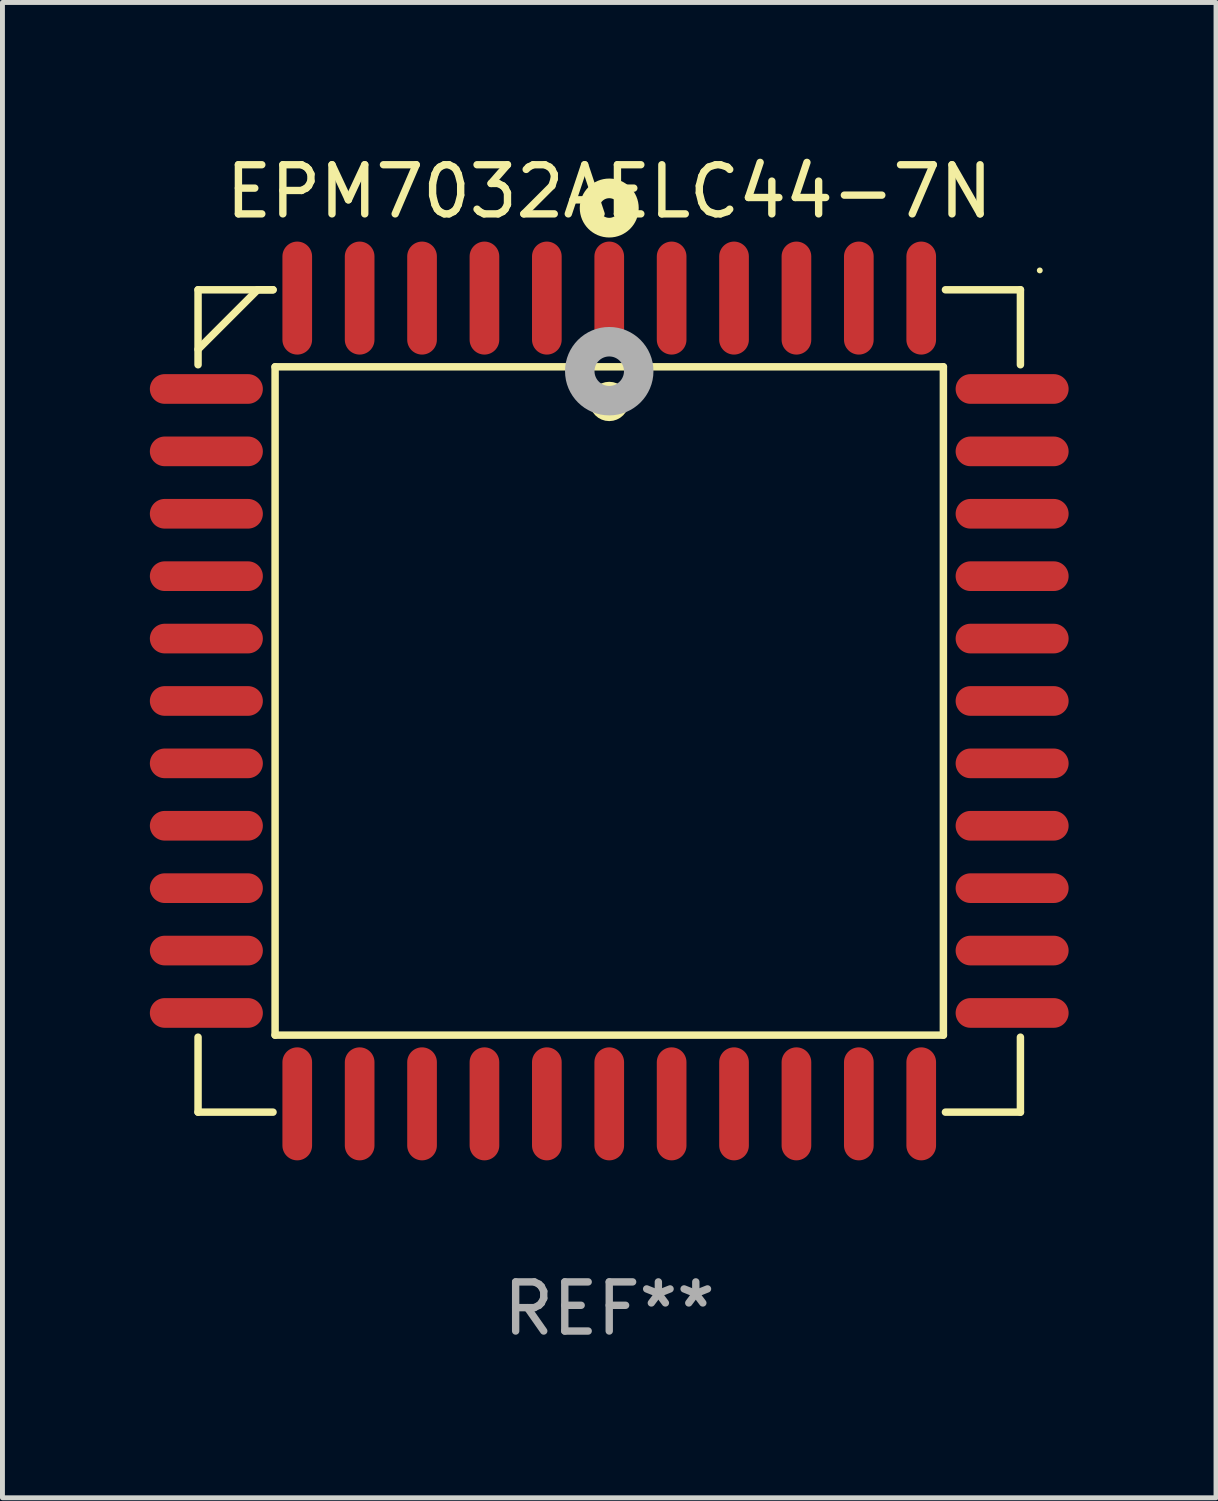
<source format=kicad_pcb>
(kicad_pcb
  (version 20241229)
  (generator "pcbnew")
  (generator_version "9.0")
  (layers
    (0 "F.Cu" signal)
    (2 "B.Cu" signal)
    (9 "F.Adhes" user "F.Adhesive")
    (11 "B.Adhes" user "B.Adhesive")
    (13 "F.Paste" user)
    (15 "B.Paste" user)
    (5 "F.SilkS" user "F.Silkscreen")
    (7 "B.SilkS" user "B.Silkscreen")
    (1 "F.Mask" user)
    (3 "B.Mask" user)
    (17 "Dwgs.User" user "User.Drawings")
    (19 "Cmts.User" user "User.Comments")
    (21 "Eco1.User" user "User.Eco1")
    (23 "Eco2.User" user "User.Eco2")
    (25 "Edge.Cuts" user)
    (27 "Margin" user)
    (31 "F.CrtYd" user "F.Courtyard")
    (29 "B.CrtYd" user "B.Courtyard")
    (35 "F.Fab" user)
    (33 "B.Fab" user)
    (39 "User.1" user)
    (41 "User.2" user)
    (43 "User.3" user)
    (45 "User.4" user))
  (footprint "EPM7032AELC44-7N"
    (layer "F.Cu")
    (at 9.35 11.217)
    (property "Reference" "EPM7032AELC44-7N" (at 0 -10.369 0) (layer "F.SilkS") (effects (font (size 1 1) (thickness 0.15))))
    (attr through_hole)
    (fp_line (start -8.369 -8.369) (end -8.369 -6.843) (stroke (width 0.152) (type solid)) (layer "F.SilkS"))
    (fp_line (start -8.369 8.369) (end -8.369 6.843) (stroke (width 0.152) (type solid)) (layer "F.SilkS"))
    (fp_line (start -7.156 -8.369) (end -8.369 -7.156) (stroke (width 0.152) (type solid)) (layer "F.SilkS"))
    (fp_line (start -6.843 -8.369) (end -8.369 -8.369) (stroke (width 0.152) (type solid)) (layer "F.SilkS"))
    (fp_line (start -6.843 -8.369) (end -7.156 -8.369) (stroke (width 0.152) (type solid)) (layer "F.SilkS"))
    (fp_line (start -6.843 8.369) (end -8.369 8.369) (stroke (width 0.152) (type solid)) (layer "F.SilkS"))
    (fp_line (start -6.801 -6.801) (end 6.801 -6.801) (stroke (width 0.152) (type solid)) (layer "F.SilkS"))
    (fp_line (start -6.801 6.801) (end -6.801 -6.801) (stroke (width 0.152) (type solid)) (layer "F.SilkS"))
    (fp_line (start 6.801 -6.801) (end 6.801 6.801) (stroke (width 0.152) (type solid)) (layer "F.SilkS"))
    (fp_line (start 6.801 6.801) (end -6.801 6.801) (stroke (width 0.152) (type solid)) (layer "F.SilkS"))
    (fp_line (start 6.843 -8.369) (end 8.369 -8.369) (stroke (width 0.152) (type solid)) (layer "F.SilkS"))
    (fp_line (start 6.843 8.369) (end 8.369 8.369) (stroke (width 0.152) (type solid)) (layer "F.SilkS"))
    (fp_line (start 8.369 -8.369) (end 8.369 -6.843) (stroke (width 0.152) (type solid)) (layer "F.SilkS"))
    (fp_line (start 8.369 8.369) (end 8.369 6.843) (stroke (width 0.152) (type solid)) (layer "F.SilkS"))
    (fp_circle (center -0.000013 -6.096) (end 0.2 -6.096) (stroke (width 0.4) (type solid)) (fill no) (layer "F.SilkS"))
    (fp_circle (center 0.000114 -10.033) (end 0.2 -10.033) (stroke (width 0.4) (type solid)) (fill no) (layer "F.SilkS"))
    (fp_circle (center 8.763 -8.763) (end 8.793 -8.763) (stroke (width 0.06) (type solid)) (fill no) (layer "F.SilkS"))
    (fp_circle (center 0.000114 -6.712) (end 0.3 -6.712) (stroke (width 0.6) (type solid)) (fill no) (layer "F.Fab"))
    (fp_text user "REF**" (at 0 12.369 0) (layer "F.Fab") (effects (font (size 1 1) (thickness 0.15))))
    (pad "1" smd oval (at 0.000114 -8.2) (size 0.604 2.3) (layers "F.Cu" "F.Mask" "F.Paste"))
    (pad "2" smd oval (at -1.27 -8.2) (size 0.604 2.3) (layers "F.Cu" "F.Mask" "F.Paste"))
    (pad "3" smd oval (at -2.54 -8.2) (size 0.604 2.3) (layers "F.Cu" "F.Mask" "F.Paste"))
    (pad "4" smd oval (at -3.81 -8.2) (size 0.604 2.3) (layers "F.Cu" "F.Mask" "F.Paste"))
    (pad "5" smd oval (at -5.08 -8.2) (size 0.604 2.3) (layers "F.Cu" "F.Mask" "F.Paste"))
    (pad "6" smd oval (at -6.35 -8.2) (size 0.604 2.3) (layers "F.Cu" "F.Mask" "F.Paste"))
    (pad "7" smd oval (at -8.2 -6.35) (size 2.3 0.604) (layers "F.Cu" "F.Mask" "F.Paste"))
    (pad "8" smd oval (at -8.2 -5.08) (size 2.3 0.604) (layers "F.Cu" "F.Mask" "F.Paste"))
    (pad "9" smd oval (at -8.2 -3.81) (size 2.3 0.604) (layers "F.Cu" "F.Mask" "F.Paste"))
    (pad "10" smd oval (at -8.2 -2.54) (size 2.3 0.604) (layers "F.Cu" "F.Mask" "F.Paste"))
    (pad "11" smd oval (at -8.2 -1.27) (size 2.3 0.604) (layers "F.Cu" "F.Mask" "F.Paste"))
    (pad "12" smd oval (at -8.2 0.000127) (size 2.3 0.604) (layers "F.Cu" "F.Mask" "F.Paste"))
    (pad "13" smd oval (at -8.2 1.27) (size 2.3 0.604) (layers "F.Cu" "F.Mask" "F.Paste"))
    (pad "14" smd oval (at -8.2 2.54) (size 2.3 0.604) (layers "F.Cu" "F.Mask" "F.Paste"))
    (pad "15" smd oval (at -8.2 3.81) (size 2.3 0.604) (layers "F.Cu" "F.Mask" "F.Paste"))
    (pad "16" smd oval (at -8.2 5.08) (size 2.3 0.604) (layers "F.Cu" "F.Mask" "F.Paste"))
    (pad "17" smd oval (at -8.2 6.35) (size 2.3 0.604) (layers "F.Cu" "F.Mask" "F.Paste"))
    (pad "18" smd oval (at -6.35 8.2) (size 0.604 2.3) (layers "F.Cu" "F.Mask" "F.Paste"))
    (pad "19" smd oval (at -5.08 8.2) (size 0.604 2.3) (layers "F.Cu" "F.Mask" "F.Paste"))
    (pad "20" smd oval (at -3.81 8.2) (size 0.604 2.3) (layers "F.Cu" "F.Mask" "F.Paste"))
    (pad "21" smd oval (at -2.54 8.2) (size 0.604 2.3) (layers "F.Cu" "F.Mask" "F.Paste"))
    (pad "22" smd oval (at -1.27 8.2) (size 0.604 2.3) (layers "F.Cu" "F.Mask" "F.Paste"))
    (pad "23" smd oval (at 0.000114 8.2) (size 0.604 2.3) (layers "F.Cu" "F.Mask" "F.Paste"))
    (pad "24" smd oval (at 1.27 8.2) (size 0.604 2.3) (layers "F.Cu" "F.Mask" "F.Paste"))
    (pad "25" smd oval (at 2.54 8.2) (size 0.604 2.3) (layers "F.Cu" "F.Mask" "F.Paste"))
    (pad "26" smd oval (at 3.81 8.2) (size 0.604 2.3) (layers "F.Cu" "F.Mask" "F.Paste"))
    (pad "27" smd oval (at 5.08 8.2) (size 0.604 2.3) (layers "F.Cu" "F.Mask" "F.Paste"))
    (pad "28" smd oval (at 6.35 8.2) (size 0.604 2.3) (layers "F.Cu" "F.Mask" "F.Paste"))
    (pad "29" smd oval (at 8.2 6.35) (size 2.3 0.604) (layers "F.Cu" "F.Mask" "F.Paste"))
    (pad "30" smd oval (at 8.2 5.08) (size 2.3 0.604) (layers "F.Cu" "F.Mask" "F.Paste"))
    (pad "31" smd oval (at 8.2 3.81) (size 2.3 0.604) (layers "F.Cu" "F.Mask" "F.Paste"))
    (pad "32" smd oval (at 8.2 2.54) (size 2.3 0.604) (layers "F.Cu" "F.Mask" "F.Paste"))
    (pad "33" smd oval (at 8.2 1.27) (size 2.3 0.604) (layers "F.Cu" "F.Mask" "F.Paste"))
    (pad "34" smd oval (at 8.2 0.000127) (size 2.3 0.604) (layers "F.Cu" "F.Mask" "F.Paste"))
    (pad "35" smd oval (at 8.2 -1.27) (size 2.3 0.604) (layers "F.Cu" "F.Mask" "F.Paste"))
    (pad "36" smd oval (at 8.2 -2.54) (size 2.3 0.604) (layers "F.Cu" "F.Mask" "F.Paste"))
    (pad "37" smd oval (at 8.2 -3.81) (size 2.3 0.604) (layers "F.Cu" "F.Mask" "F.Paste"))
    (pad "38" smd oval (at 8.2 -5.08) (size 2.3 0.604) (layers "F.Cu" "F.Mask" "F.Paste"))
    (pad "39" smd oval (at 8.2 -6.35) (size 2.3 0.604) (layers "F.Cu" "F.Mask" "F.Paste"))
    (pad "40" smd oval (at 6.35 -8.2) (size 0.604 2.3) (layers "F.Cu" "F.Mask" "F.Paste"))
    (pad "41" smd oval (at 5.08 -8.2) (size 0.604 2.3) (layers "F.Cu" "F.Mask" "F.Paste"))
    (pad "42" smd oval (at 3.81 -8.2) (size 0.604 2.3) (layers "F.Cu" "F.Mask" "F.Paste"))
    (pad "43" smd oval (at 2.54 -8.2) (size 0.604 2.3) (layers "F.Cu" "F.Mask" "F.Paste"))
    (pad "44" smd oval (at 1.27 -8.2) (size 0.604 2.3) (layers "F.Cu" "F.Mask" "F.Paste")))
  (gr_rect
    (start -3 -3)
    (end 21.7 27.435)
    (stroke (width 0.1) (type default))
    (fill no)
    (layer "Edge.Cuts")))
</source>
